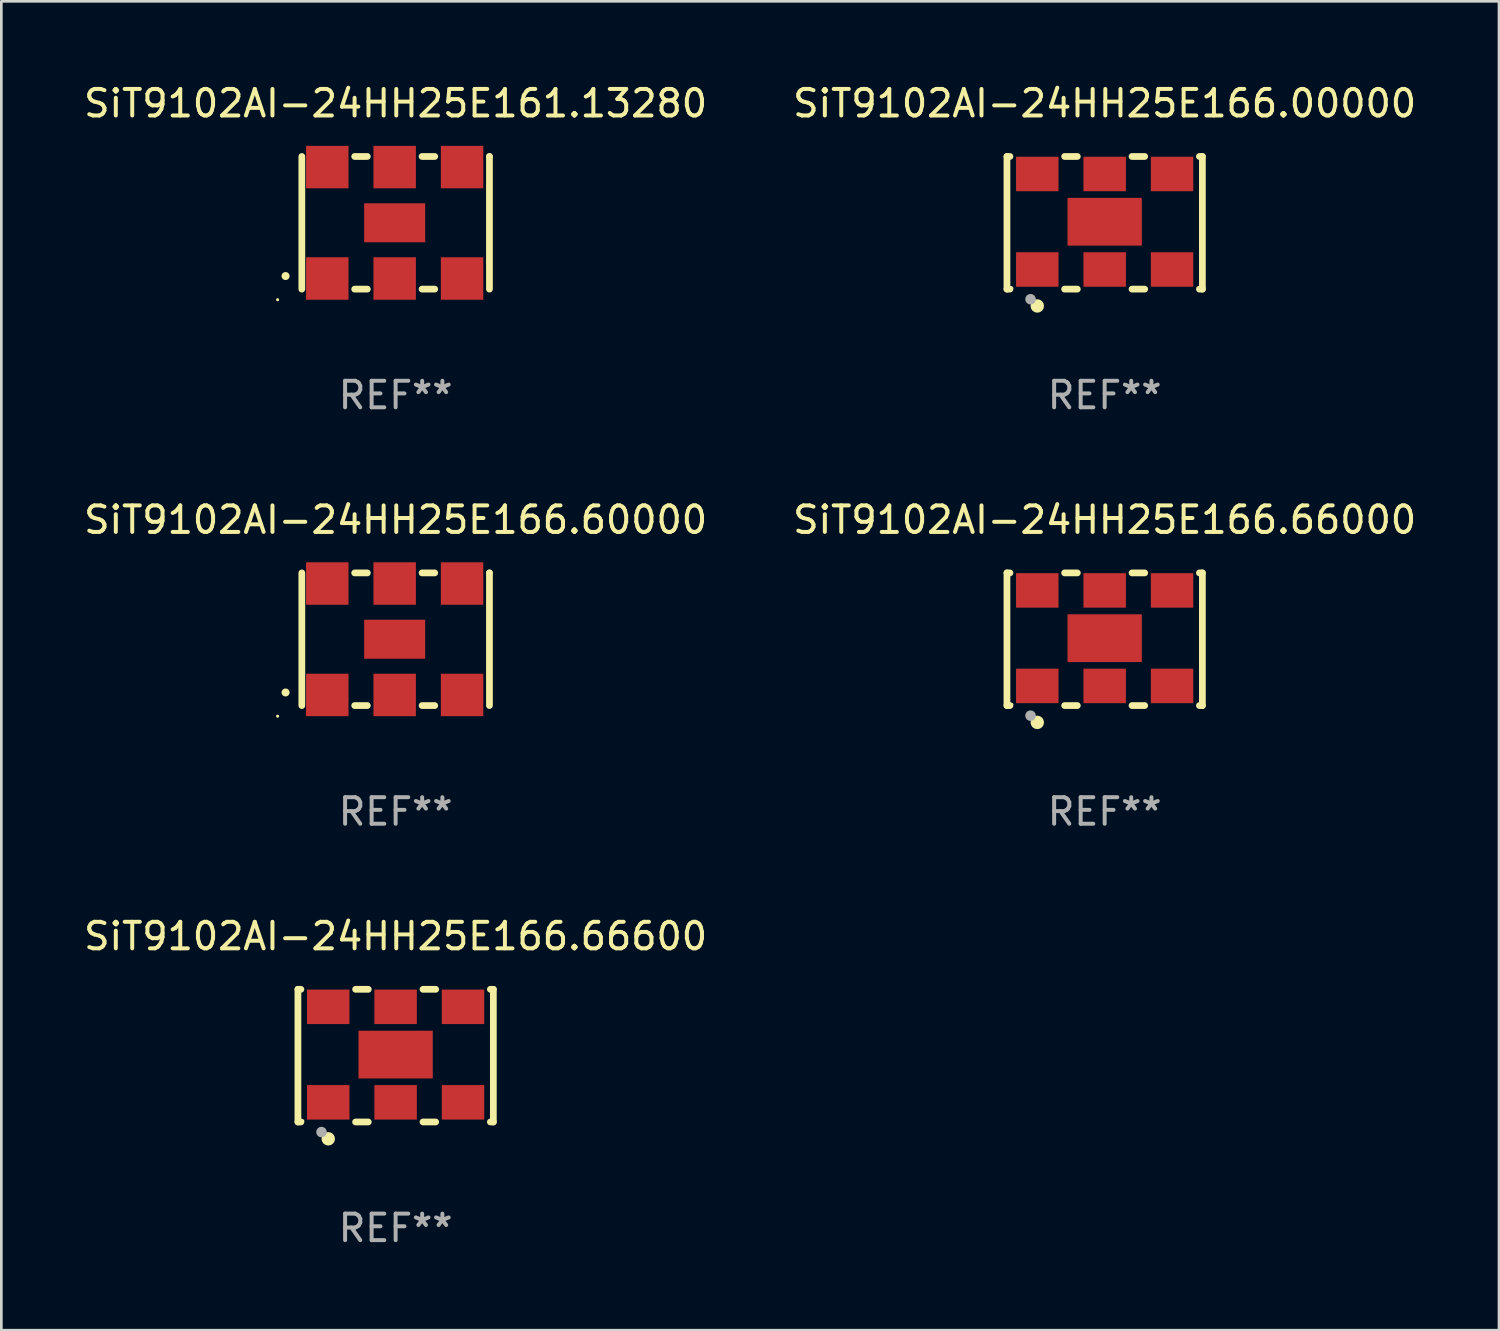
<source format=kicad_pcb>
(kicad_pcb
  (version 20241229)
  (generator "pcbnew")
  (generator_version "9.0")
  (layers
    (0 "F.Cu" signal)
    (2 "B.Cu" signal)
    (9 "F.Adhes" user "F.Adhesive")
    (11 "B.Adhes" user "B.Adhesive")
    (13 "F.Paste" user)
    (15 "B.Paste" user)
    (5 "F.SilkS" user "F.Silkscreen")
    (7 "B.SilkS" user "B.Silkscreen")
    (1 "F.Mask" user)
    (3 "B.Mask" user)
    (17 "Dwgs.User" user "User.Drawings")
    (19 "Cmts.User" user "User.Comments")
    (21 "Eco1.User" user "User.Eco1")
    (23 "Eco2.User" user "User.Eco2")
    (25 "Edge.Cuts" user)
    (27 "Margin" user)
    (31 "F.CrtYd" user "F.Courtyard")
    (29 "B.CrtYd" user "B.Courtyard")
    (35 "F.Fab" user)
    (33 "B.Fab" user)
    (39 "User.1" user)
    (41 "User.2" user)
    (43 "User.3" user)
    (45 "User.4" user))
  (footprint "SiT9102AI-24HH25E166.00000"
    (layer "F.Cu")
    (at 38.589 5.348)
    (property "Reference" "SiT9102AI-24HH25E166.00000" (at 0 -4.5 0) (layer "F.SilkS") (effects (font (size 1 1) (thickness 0.15))))
    (attr through_hole)
    (fp_line (start -3.683 -2.5) (end -3.571 -2.5) (stroke (width 0.254) (type solid)) (layer "F.SilkS"))
    (fp_line (start -3.683 2.5) (end -3.683 -2.5) (stroke (width 0.254) (type solid)) (layer "F.SilkS"))
    (fp_line (start -3.683 2.5) (end -3.571 2.5) (stroke (width 0.254) (type solid)) (layer "F.SilkS"))
    (fp_line (start -1.509 -2.5) (end -1.031 -2.5) (stroke (width 0.254) (type solid)) (layer "F.SilkS"))
    (fp_line (start -1.509 2.5) (end -1.031 2.5) (stroke (width 0.254) (type solid)) (layer "F.SilkS"))
    (fp_line (start 1.031 -2.5) (end 1.509 -2.5) (stroke (width 0.254) (type solid)) (layer "F.SilkS"))
    (fp_line (start 1.031 2.5) (end 1.509 2.5) (stroke (width 0.254) (type solid)) (layer "F.SilkS"))
    (fp_line (start 3.571 -2.5) (end 3.683 -2.5) (stroke (width 0.254) (type solid)) (layer "F.SilkS"))
    (fp_line (start 3.571 2.5) (end 3.683 2.5) (stroke (width 0.254) (type solid)) (layer "F.SilkS"))
    (fp_line (start 3.683 2.5) (end 3.683 -2.5) (stroke (width 0.254) (type solid)) (layer "F.SilkS"))
    (fp_circle (center -3.5 2.46) (end -3.47 2.46) (stroke (width 0.06) (type solid)) (fill no) (layer "F.SilkS"))
    (fp_circle (center -2.54 3.135) (end -2.413 3.135) (stroke (width 0.254) (type solid)) (fill no) (layer "F.SilkS"))
    (fp_circle (center -2.794 2.881) (end -2.694 2.881) (stroke (width 0.2) (type solid)) (fill no) (layer "F.Fab"))
    (fp_text user "REF**" (at 0 6.5 0) (layer "F.Fab") (effects (font (size 1 1) (thickness 0.15))))
    (pad "1" smd rect (at -2.54 1.76) (size 1.6 1.3) (layers "F.Cu" "F.Mask" "F.Paste"))
    (pad "2" smd rect (at 0 1.76) (size 1.6 1.3) (layers "F.Cu" "F.Mask" "F.Paste"))
    (pad "3" smd rect (at 2.54 1.76) (size 1.6 1.3) (layers "F.Cu" "F.Mask" "F.Paste"))
    (pad "4" smd rect (at 2.54 -1.84) (size 1.6 1.3) (layers "F.Cu" "F.Mask" "F.Paste"))
    (pad "5" smd rect (at 0 -1.84) (size 1.6 1.3) (layers "F.Cu" "F.Mask" "F.Paste"))
    (pad "6" smd rect (at -2.54 -1.84) (size 1.6 1.3) (layers "F.Cu" "F.Mask" "F.Paste"))
    (pad "7" smd rect (at 0 -0.04) (size 2.8 1.8) (layers "F.Cu" "F.Mask" "F.Paste")))
  (footprint "SiT9102AI-24HH25E166.66600"
    (layer "F.Cu")
    (at 11.863 36.741)
    (property "Reference" "SiT9102AI-24HH25E166.66600" (at 0 -4.5 0) (layer "F.SilkS") (effects (font (size 1 1) (thickness 0.15))))
    (attr through_hole)
    (fp_line (start -3.683 -2.5) (end -3.571 -2.5) (stroke (width 0.254) (type solid)) (layer "F.SilkS"))
    (fp_line (start -3.683 2.5) (end -3.683 -2.5) (stroke (width 0.254) (type solid)) (layer "F.SilkS"))
    (fp_line (start -3.683 2.5) (end -3.571 2.5) (stroke (width 0.254) (type solid)) (layer "F.SilkS"))
    (fp_line (start -1.509 -2.5) (end -1.031 -2.5) (stroke (width 0.254) (type solid)) (layer "F.SilkS"))
    (fp_line (start -1.509 2.5) (end -1.031 2.5) (stroke (width 0.254) (type solid)) (layer "F.SilkS"))
    (fp_line (start 1.031 -2.5) (end 1.509 -2.5) (stroke (width 0.254) (type solid)) (layer "F.SilkS"))
    (fp_line (start 1.031 2.5) (end 1.509 2.5) (stroke (width 0.254) (type solid)) (layer "F.SilkS"))
    (fp_line (start 3.571 -2.5) (end 3.683 -2.5) (stroke (width 0.254) (type solid)) (layer "F.SilkS"))
    (fp_line (start 3.571 2.5) (end 3.683 2.5) (stroke (width 0.254) (type solid)) (layer "F.SilkS"))
    (fp_line (start 3.683 2.5) (end 3.683 -2.5) (stroke (width 0.254) (type solid)) (layer "F.SilkS"))
    (fp_circle (center -3.5 2.46) (end -3.47 2.46) (stroke (width 0.06) (type solid)) (fill no) (layer "F.SilkS"))
    (fp_circle (center -2.54 3.135) (end -2.413 3.135) (stroke (width 0.254) (type solid)) (fill no) (layer "F.SilkS"))
    (fp_circle (center -2.794 2.881) (end -2.694 2.881) (stroke (width 0.2) (type solid)) (fill no) (layer "F.Fab"))
    (fp_text user "REF**" (at 0 6.5 0) (layer "F.Fab") (effects (font (size 1 1) (thickness 0.15))))
    (pad "1" smd rect (at -2.54 1.76) (size 1.6 1.3) (layers "F.Cu" "F.Mask" "F.Paste"))
    (pad "2" smd rect (at 0 1.76) (size 1.6 1.3) (layers "F.Cu" "F.Mask" "F.Paste"))
    (pad "3" smd rect (at 2.54 1.76) (size 1.6 1.3) (layers "F.Cu" "F.Mask" "F.Paste"))
    (pad "4" smd rect (at 2.54 -1.84) (size 1.6 1.3) (layers "F.Cu" "F.Mask" "F.Paste"))
    (pad "5" smd rect (at 0 -1.84) (size 1.6 1.3) (layers "F.Cu" "F.Mask" "F.Paste"))
    (pad "6" smd rect (at -2.54 -1.84) (size 1.6 1.3) (layers "F.Cu" "F.Mask" "F.Paste"))
    (pad "7" smd rect (at 0 -0.04) (size 2.8 1.8) (layers "F.Cu" "F.Mask" "F.Paste")))
  (footprint "SiT9102AI-24HH25E166.66000"
    (layer "F.Cu")
    (at 38.589 21.045)
    (property "Reference" "SiT9102AI-24HH25E166.66000" (at 0 -4.5 0) (layer "F.SilkS") (effects (font (size 1 1) (thickness 0.15))))
    (attr through_hole)
    (fp_line (start -3.683 -2.5) (end -3.571 -2.5) (stroke (width 0.254) (type solid)) (layer "F.SilkS"))
    (fp_line (start -3.683 2.5) (end -3.683 -2.5) (stroke (width 0.254) (type solid)) (layer "F.SilkS"))
    (fp_line (start -3.683 2.5) (end -3.571 2.5) (stroke (width 0.254) (type solid)) (layer "F.SilkS"))
    (fp_line (start -1.509 -2.5) (end -1.031 -2.5) (stroke (width 0.254) (type solid)) (layer "F.SilkS"))
    (fp_line (start -1.509 2.5) (end -1.031 2.5) (stroke (width 0.254) (type solid)) (layer "F.SilkS"))
    (fp_line (start 1.031 -2.5) (end 1.509 -2.5) (stroke (width 0.254) (type solid)) (layer "F.SilkS"))
    (fp_line (start 1.031 2.5) (end 1.509 2.5) (stroke (width 0.254) (type solid)) (layer "F.SilkS"))
    (fp_line (start 3.571 -2.5) (end 3.683 -2.5) (stroke (width 0.254) (type solid)) (layer "F.SilkS"))
    (fp_line (start 3.571 2.5) (end 3.683 2.5) (stroke (width 0.254) (type solid)) (layer "F.SilkS"))
    (fp_line (start 3.683 2.5) (end 3.683 -2.5) (stroke (width 0.254) (type solid)) (layer "F.SilkS"))
    (fp_circle (center -3.5 2.46) (end -3.47 2.46) (stroke (width 0.06) (type solid)) (fill no) (layer "F.SilkS"))
    (fp_circle (center -2.54 3.135) (end -2.413 3.135) (stroke (width 0.254) (type solid)) (fill no) (layer "F.SilkS"))
    (fp_circle (center -2.794 2.881) (end -2.694 2.881) (stroke (width 0.2) (type solid)) (fill no) (layer "F.Fab"))
    (fp_text user "REF**" (at 0 6.5 0) (layer "F.Fab") (effects (font (size 1 1) (thickness 0.15))))
    (pad "1" smd rect (at -2.54 1.76) (size 1.6 1.3) (layers "F.Cu" "F.Mask" "F.Paste"))
    (pad "2" smd rect (at 0 1.76) (size 1.6 1.3) (layers "F.Cu" "F.Mask" "F.Paste"))
    (pad "3" smd rect (at 2.54 1.76) (size 1.6 1.3) (layers "F.Cu" "F.Mask" "F.Paste"))
    (pad "4" smd rect (at 2.54 -1.84) (size 1.6 1.3) (layers "F.Cu" "F.Mask" "F.Paste"))
    (pad "5" smd rect (at 0 -1.84) (size 1.6 1.3) (layers "F.Cu" "F.Mask" "F.Paste"))
    (pad "6" smd rect (at -2.54 -1.84) (size 1.6 1.3) (layers "F.Cu" "F.Mask" "F.Paste"))
    (pad "7" smd rect (at 0 -0.04) (size 2.8 1.8) (layers "F.Cu" "F.Mask" "F.Paste")))
  (footprint "SiT9102AI-24HH25E161.13280"
    (layer "F.Cu")
    (at 11.863 5.348)
    (property "Reference" "SiT9102AI-24HH25E161.13280" (at 0 -4.5 0) (layer "F.SilkS") (effects (font (size 1 1) (thickness 0.15))))
    (attr through_hole)
    (fp_line (start -3.536 -2.5) (end -3.536 2.5) (stroke (width 0.254) (type solid)) (layer "F.SilkS"))
    (fp_line (start -1.544 2.5) (end -1.067 2.5) (stroke (width 0.254) (type solid)) (layer "F.SilkS"))
    (fp_line (start -1.067 -2.5) (end -1.544 -2.5) (stroke (width 0.254) (type solid)) (layer "F.SilkS"))
    (fp_line (start 0.996 2.5) (end 1.473 2.5) (stroke (width 0.254) (type solid)) (layer "F.SilkS"))
    (fp_line (start 1.473 -2.5) (end 0.996 -2.5) (stroke (width 0.254) (type solid)) (layer "F.SilkS"))
    (fp_line (start 3.536 -2.5) (end 3.536 -2.5) (stroke (width 0.254) (type solid)) (layer "F.SilkS"))
    (fp_line (start 3.536 2.5) (end 3.536 -2.5) (stroke (width 0.254) (type solid)) (layer "F.SilkS"))
    (fp_arc (start -4.150432 2.006604) (mid -4.149162 2.006599) (end -4.147892 2.006604) (stroke (width 0.3) (type solid)) (layer "F.SilkS"))
    (fp_circle (center -4.449 2.9) (end -4.419 2.9) (stroke (width 0.06) (type solid)) (fill no) (layer "F.SilkS"))
    (fp_text user "REF**" (at 0 6.5 0) (layer "F.Fab") (effects (font (size 1 1) (thickness 0.15))))
    (pad "1" smd rect (at -2.576 2.1) (size 1.6 1.6) (layers "F.Cu" "F.Mask" "F.Paste"))
    (pad "2" smd rect (at -0.036 2.1) (size 1.6 1.6) (layers "F.Cu" "F.Mask" "F.Paste"))
    (pad "3" smd rect (at 2.504 2.1) (size 1.6 1.6) (layers "F.Cu" "F.Mask" "F.Paste"))
    (pad "4" smd rect (at 2.504 -2.1) (size 1.6 1.6) (layers "F.Cu" "F.Mask" "F.Paste"))
    (pad "5" smd rect (at -0.036 -2.1) (size 1.6 1.6) (layers "F.Cu" "F.Mask" "F.Paste"))
    (pad "6" smd rect (at -2.576 -2.1) (size 1.6 1.6) (layers "F.Cu" "F.Mask" "F.Paste"))
    (pad "7" smd rect (at -0.036 0) (size 2.3 1.47) (layers "F.Cu" "F.Mask" "F.Paste")))
  (footprint "SiT9102AI-24HH25E166.60000"
    (layer "F.Cu")
    (at 11.863 21.045)
    (property "Reference" "SiT9102AI-24HH25E166.60000" (at 0 -4.5 0) (layer "F.SilkS") (effects (font (size 1 1) (thickness 0.15))))
    (attr through_hole)
    (fp_line (start -3.536 -2.5) (end -3.536 2.5) (stroke (width 0.254) (type solid)) (layer "F.SilkS"))
    (fp_line (start -1.544 2.5) (end -1.067 2.5) (stroke (width 0.254) (type solid)) (layer "F.SilkS"))
    (fp_line (start -1.067 -2.5) (end -1.544 -2.5) (stroke (width 0.254) (type solid)) (layer "F.SilkS"))
    (fp_line (start 0.996 2.5) (end 1.473 2.5) (stroke (width 0.254) (type solid)) (layer "F.SilkS"))
    (fp_line (start 1.473 -2.5) (end 0.996 -2.5) (stroke (width 0.254) (type solid)) (layer "F.SilkS"))
    (fp_line (start 3.536 -2.5) (end 3.536 -2.5) (stroke (width 0.254) (type solid)) (layer "F.SilkS"))
    (fp_line (start 3.536 2.5) (end 3.536 -2.5) (stroke (width 0.254) (type solid)) (layer "F.SilkS"))
    (fp_arc (start -4.150432 2.006604) (mid -4.149162 2.006599) (end -4.147892 2.006604) (stroke (width 0.3) (type solid)) (layer "F.SilkS"))
    (fp_circle (center -4.449 2.9) (end -4.419 2.9) (stroke (width 0.06) (type solid)) (fill no) (layer "F.SilkS"))
    (fp_text user "REF**" (at 0 6.5 0) (layer "F.Fab") (effects (font (size 1 1) (thickness 0.15))))
    (pad "1" smd rect (at -2.576 2.1) (size 1.6 1.6) (layers "F.Cu" "F.Mask" "F.Paste"))
    (pad "2" smd rect (at -0.036 2.1) (size 1.6 1.6) (layers "F.Cu" "F.Mask" "F.Paste"))
    (pad "3" smd rect (at 2.504 2.1) (size 1.6 1.6) (layers "F.Cu" "F.Mask" "F.Paste"))
    (pad "4" smd rect (at 2.504 -2.1) (size 1.6 1.6) (layers "F.Cu" "F.Mask" "F.Paste"))
    (pad "5" smd rect (at -0.036 -2.1) (size 1.6 1.6) (layers "F.Cu" "F.Mask" "F.Paste"))
    (pad "6" smd rect (at -2.576 -2.1) (size 1.6 1.6) (layers "F.Cu" "F.Mask" "F.Paste"))
    (pad "7" smd rect (at -0.036 0) (size 2.3 1.47) (layers "F.Cu" "F.Mask" "F.Paste")))
  (gr_rect
    (start -3 -3)
    (end 53.452 47.09)
    (stroke (width 0.1) (type default))
    (fill no)
    (layer "Edge.Cuts")))
</source>
